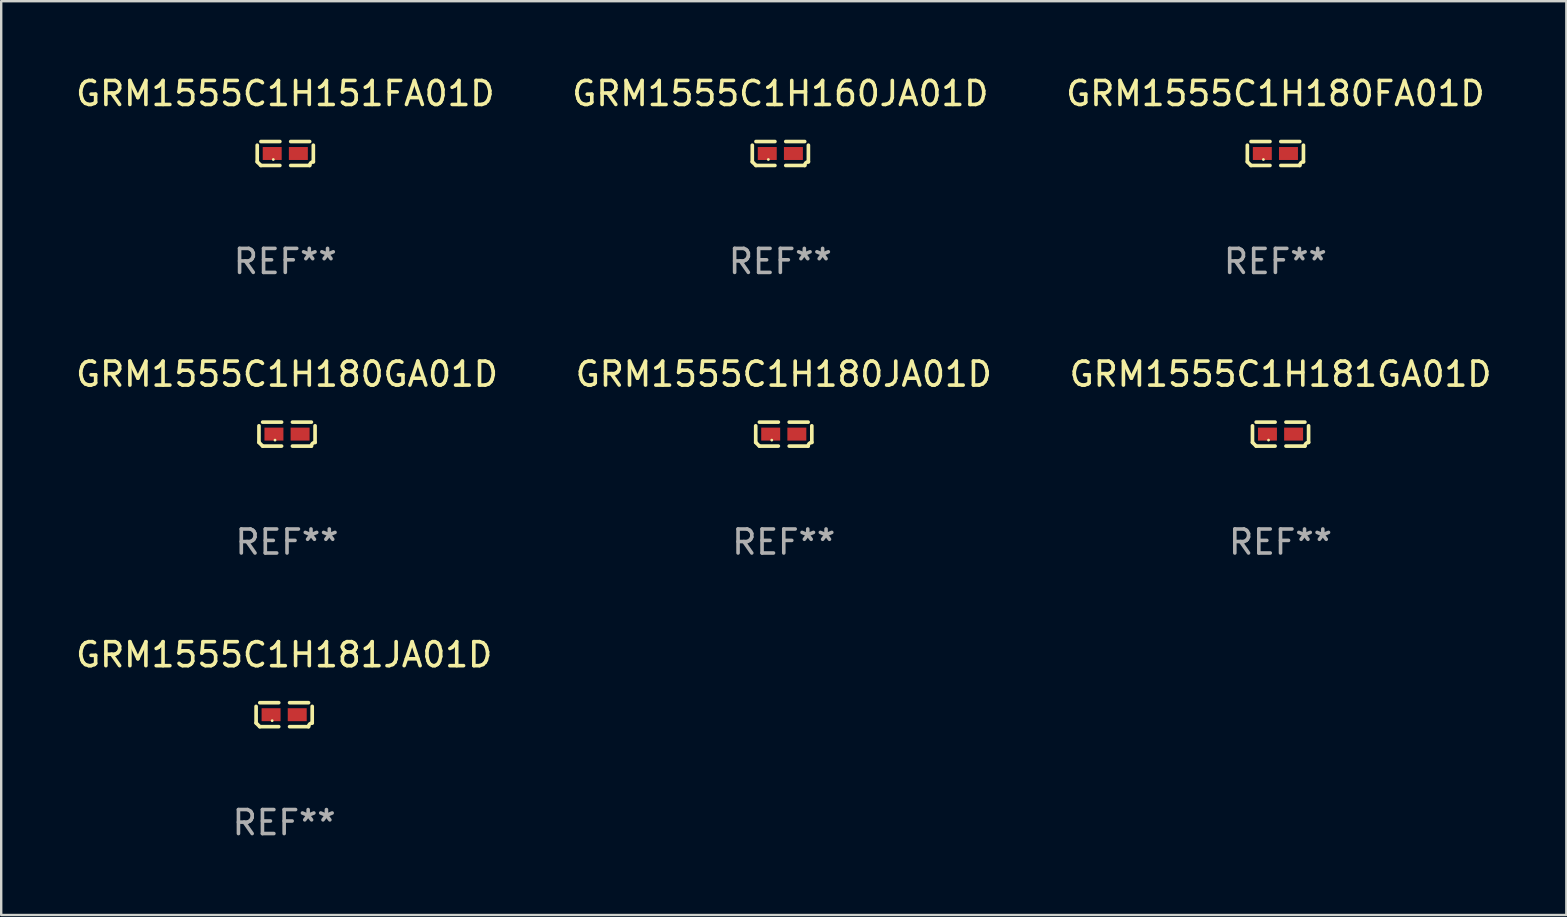
<source format=kicad_pcb>
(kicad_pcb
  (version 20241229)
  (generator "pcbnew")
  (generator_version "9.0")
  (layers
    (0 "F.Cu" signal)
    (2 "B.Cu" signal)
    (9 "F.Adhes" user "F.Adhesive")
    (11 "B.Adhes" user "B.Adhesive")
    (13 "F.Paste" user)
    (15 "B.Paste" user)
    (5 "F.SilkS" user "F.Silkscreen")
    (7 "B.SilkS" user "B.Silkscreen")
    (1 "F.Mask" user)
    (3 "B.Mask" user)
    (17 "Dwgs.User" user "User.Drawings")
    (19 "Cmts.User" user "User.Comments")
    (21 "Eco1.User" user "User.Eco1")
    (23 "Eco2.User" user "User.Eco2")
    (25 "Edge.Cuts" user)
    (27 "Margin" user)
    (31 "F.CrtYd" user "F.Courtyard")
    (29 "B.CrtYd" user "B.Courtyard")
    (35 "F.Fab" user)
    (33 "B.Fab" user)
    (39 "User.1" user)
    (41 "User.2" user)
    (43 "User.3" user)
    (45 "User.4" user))
  (footprint "GRM1555C1H181GA01D"
    (layer "F.Cu")
    (at 50.315 15.041)
    (property "Reference" "GRM1555C1H181GA01D" (at 0 -2.499 0) (layer "F.SilkS") (effects (font (size 1 1) (thickness 0.15))))
    (attr through_hole)
    (fp_line (start -1.169 0.346) (end -1.169 -0.346) (stroke (width 0.152) (type solid)) (layer "F.SilkS"))
    (fp_line (start -1.016 -0.499) (end -0.226 -0.499) (stroke (width 0.152) (type solid)) (layer "F.SilkS"))
    (fp_line (start -0.226 0.499) (end -1.016 0.499) (stroke (width 0.152) (type solid)) (layer "F.SilkS"))
    (fp_line (start 0.226 0.499) (end 1.016 0.499) (stroke (width 0.152) (type solid)) (layer "F.SilkS"))
    (fp_line (start 1.016 -0.499) (end 0.226 -0.499) (stroke (width 0.152) (type solid)) (layer "F.SilkS"))
    (fp_line (start 1.169 0.346) (end 1.169 -0.346) (stroke (width 0.152) (type solid)) (layer "F.SilkS"))
    (fp_arc (start -1.016307 0.498603) (mid -1.092512 0.422405) (end -1.16871 0.3462) (stroke (width 0.1524) (type solid)) (layer "F.SilkS"))
    (fp_arc (start 1.016307 0.498603) (mid 1.060899 0.390758) (end 1.168707 0.346076) (stroke (width 0.1524) (type solid)) (layer "F.SilkS"))
    (fp_circle (center -0.5 0.25) (end -0.47 0.25) (stroke (width 0.06) (type solid)) (fill no) (layer "F.SilkS"))
    (fp_text user "REF**" (at 0 4.499 0) (layer "F.Fab") (effects (font (size 1 1) (thickness 0.15))))
    (pad "1" smd rect (at -0.545 0) (size 0.79 0.54) (layers "F.Cu" "F.Mask" "F.Paste"))
    (pad "2" smd rect (at 0.545 0) (size 0.79 0.54) (layers "F.Cu" "F.Mask" "F.Paste")))
  (footprint "GRM1555C1H160JA01D"
    (layer "F.Cu")
    (at 29.47 3.347)
    (property "Reference" "GRM1555C1H160JA01D" (at 0 -2.499 0) (layer "F.SilkS") (effects (font (size 1 1) (thickness 0.15))))
    (attr through_hole)
    (fp_line (start -1.169 0.346) (end -1.169 -0.346) (stroke (width 0.152) (type solid)) (layer "F.SilkS"))
    (fp_line (start -1.016 -0.499) (end -0.226 -0.499) (stroke (width 0.152) (type solid)) (layer "F.SilkS"))
    (fp_line (start -0.226 0.499) (end -1.016 0.499) (stroke (width 0.152) (type solid)) (layer "F.SilkS"))
    (fp_line (start 0.226 0.499) (end 1.016 0.499) (stroke (width 0.152) (type solid)) (layer "F.SilkS"))
    (fp_line (start 1.016 -0.499) (end 0.226 -0.499) (stroke (width 0.152) (type solid)) (layer "F.SilkS"))
    (fp_line (start 1.169 0.346) (end 1.169 -0.346) (stroke (width 0.152) (type solid)) (layer "F.SilkS"))
    (fp_arc (start -1.016307 0.498603) (mid -1.092512 0.422405) (end -1.16871 0.3462) (stroke (width 0.1524) (type solid)) (layer "F.SilkS"))
    (fp_arc (start 1.016307 0.498603) (mid 1.060899 0.390758) (end 1.168707 0.346076) (stroke (width 0.1524) (type solid)) (layer "F.SilkS"))
    (fp_circle (center -0.5 0.25) (end -0.47 0.25) (stroke (width 0.06) (type solid)) (fill no) (layer "F.SilkS"))
    (fp_text user "REF**" (at 0 4.499 0) (layer "F.Fab") (effects (font (size 1 1) (thickness 0.15))))
    (pad "1" smd rect (at -0.545 0) (size 0.79 0.54) (layers "F.Cu" "F.Mask" "F.Paste"))
    (pad "2" smd rect (at 0.545 0) (size 0.79 0.54) (layers "F.Cu" "F.Mask" "F.Paste")))
  (footprint "GRM1555C1H180FA01D"
    (layer "F.Cu")
    (at 50.101 3.347)
    (property "Reference" "GRM1555C1H180FA01D" (at 0 -2.499 0) (layer "F.SilkS") (effects (font (size 1 1) (thickness 0.15))))
    (attr through_hole)
    (fp_line (start -1.169 0.346) (end -1.169 -0.346) (stroke (width 0.152) (type solid)) (layer "F.SilkS"))
    (fp_line (start -1.016 -0.499) (end -0.226 -0.499) (stroke (width 0.152) (type solid)) (layer "F.SilkS"))
    (fp_line (start -0.226 0.499) (end -1.016 0.499) (stroke (width 0.152) (type solid)) (layer "F.SilkS"))
    (fp_line (start 0.226 0.499) (end 1.016 0.499) (stroke (width 0.152) (type solid)) (layer "F.SilkS"))
    (fp_line (start 1.016 -0.499) (end 0.226 -0.499) (stroke (width 0.152) (type solid)) (layer "F.SilkS"))
    (fp_line (start 1.169 0.346) (end 1.169 -0.346) (stroke (width 0.152) (type solid)) (layer "F.SilkS"))
    (fp_arc (start -1.016307 0.498603) (mid -1.092512 0.422405) (end -1.16871 0.3462) (stroke (width 0.1524) (type solid)) (layer "F.SilkS"))
    (fp_arc (start 1.016307 0.498603) (mid 1.060899 0.390758) (end 1.168707 0.346076) (stroke (width 0.1524) (type solid)) (layer "F.SilkS"))
    (fp_circle (center -0.5 0.25) (end -0.47 0.25) (stroke (width 0.06) (type solid)) (fill no) (layer "F.SilkS"))
    (fp_text user "REF**" (at 0 4.499 0) (layer "F.Fab") (effects (font (size 1 1) (thickness 0.15))))
    (pad "1" smd rect (at -0.545 0) (size 0.79 0.54) (layers "F.Cu" "F.Mask" "F.Paste"))
    (pad "2" smd rect (at 0.545 0) (size 0.79 0.54) (layers "F.Cu" "F.Mask" "F.Paste")))
  (footprint "GRM1555C1H180JA01D"
    (layer "F.Cu")
    (at 29.613 15.041)
    (property "Reference" "GRM1555C1H180JA01D" (at 0 -2.499 0) (layer "F.SilkS") (effects (font (size 1 1) (thickness 0.15))))
    (attr through_hole)
    (fp_line (start -1.169 0.346) (end -1.169 -0.346) (stroke (width 0.152) (type solid)) (layer "F.SilkS"))
    (fp_line (start -1.016 -0.499) (end -0.226 -0.499) (stroke (width 0.152) (type solid)) (layer "F.SilkS"))
    (fp_line (start -0.226 0.499) (end -1.016 0.499) (stroke (width 0.152) (type solid)) (layer "F.SilkS"))
    (fp_line (start 0.226 0.499) (end 1.016 0.499) (stroke (width 0.152) (type solid)) (layer "F.SilkS"))
    (fp_line (start 1.016 -0.499) (end 0.226 -0.499) (stroke (width 0.152) (type solid)) (layer "F.SilkS"))
    (fp_line (start 1.169 0.346) (end 1.169 -0.346) (stroke (width 0.152) (type solid)) (layer "F.SilkS"))
    (fp_arc (start -1.016307 0.498603) (mid -1.092512 0.422405) (end -1.16871 0.3462) (stroke (width 0.1524) (type solid)) (layer "F.SilkS"))
    (fp_arc (start 1.016307 0.498603) (mid 1.060899 0.390758) (end 1.168707 0.346076) (stroke (width 0.1524) (type solid)) (layer "F.SilkS"))
    (fp_circle (center -0.5 0.25) (end -0.47 0.25) (stroke (width 0.06) (type solid)) (fill no) (layer "F.SilkS"))
    (fp_text user "REF**" (at 0 4.499 0) (layer "F.Fab") (effects (font (size 1 1) (thickness 0.15))))
    (pad "1" smd rect (at -0.545 0) (size 0.79 0.54) (layers "F.Cu" "F.Mask" "F.Paste"))
    (pad "2" smd rect (at 0.545 0) (size 0.79 0.54) (layers "F.Cu" "F.Mask" "F.Paste")))
  (footprint "GRM1555C1H151FA01D"
    (layer "F.Cu")
    (at 8.839 3.347)
    (property "Reference" "GRM1555C1H151FA01D" (at 0 -2.499 0) (layer "F.SilkS") (effects (font (size 1 1) (thickness 0.15))))
    (attr through_hole)
    (fp_line (start -1.169 0.346) (end -1.169 -0.346) (stroke (width 0.152) (type solid)) (layer "F.SilkS"))
    (fp_line (start -1.016 -0.499) (end -0.226 -0.499) (stroke (width 0.152) (type solid)) (layer "F.SilkS"))
    (fp_line (start -0.226 0.499) (end -1.016 0.499) (stroke (width 0.152) (type solid)) (layer "F.SilkS"))
    (fp_line (start 0.226 0.499) (end 1.016 0.499) (stroke (width 0.152) (type solid)) (layer "F.SilkS"))
    (fp_line (start 1.016 -0.499) (end 0.226 -0.499) (stroke (width 0.152) (type solid)) (layer "F.SilkS"))
    (fp_line (start 1.169 0.346) (end 1.169 -0.346) (stroke (width 0.152) (type solid)) (layer "F.SilkS"))
    (fp_arc (start -1.016307 0.498603) (mid -1.092512 0.422405) (end -1.16871 0.3462) (stroke (width 0.1524) (type solid)) (layer "F.SilkS"))
    (fp_arc (start 1.016307 0.498603) (mid 1.060899 0.390758) (end 1.168707 0.346076) (stroke (width 0.1524) (type solid)) (layer "F.SilkS"))
    (fp_circle (center -0.5 0.25) (end -0.47 0.25) (stroke (width 0.06) (type solid)) (fill no) (layer "F.SilkS"))
    (fp_text user "REF**" (at 0 4.499 0) (layer "F.Fab") (effects (font (size 1 1) (thickness 0.15))))
    (pad "1" smd rect (at -0.545 0) (size 0.79 0.54) (layers "F.Cu" "F.Mask" "F.Paste"))
    (pad "2" smd rect (at 0.545 0) (size 0.79 0.54) (layers "F.Cu" "F.Mask" "F.Paste")))
  (footprint "GRM1555C1H181JA01D"
    (layer "F.Cu")
    (at 8.792 26.734)
    (property "Reference" "GRM1555C1H181JA01D" (at 0 -2.499 0) (layer "F.SilkS") (effects (font (size 1 1) (thickness 0.15))))
    (attr through_hole)
    (fp_line (start -1.169 0.346) (end -1.169 -0.346) (stroke (width 0.152) (type solid)) (layer "F.SilkS"))
    (fp_line (start -1.016 -0.499) (end -0.226 -0.499) (stroke (width 0.152) (type solid)) (layer "F.SilkS"))
    (fp_line (start -0.226 0.499) (end -1.016 0.499) (stroke (width 0.152) (type solid)) (layer "F.SilkS"))
    (fp_line (start 0.226 0.499) (end 1.016 0.499) (stroke (width 0.152) (type solid)) (layer "F.SilkS"))
    (fp_line (start 1.016 -0.499) (end 0.226 -0.499) (stroke (width 0.152) (type solid)) (layer "F.SilkS"))
    (fp_line (start 1.169 0.346) (end 1.169 -0.346) (stroke (width 0.152) (type solid)) (layer "F.SilkS"))
    (fp_arc (start -1.016307 0.498603) (mid -1.092512 0.422405) (end -1.16871 0.3462) (stroke (width 0.1524) (type solid)) (layer "F.SilkS"))
    (fp_arc (start 1.016307 0.498603) (mid 1.060899 0.390758) (end 1.168707 0.346076) (stroke (width 0.1524) (type solid)) (layer "F.SilkS"))
    (fp_circle (center -0.5 0.25) (end -0.47 0.25) (stroke (width 0.06) (type solid)) (fill no) (layer "F.SilkS"))
    (fp_text user "REF**" (at 0 4.499 0) (layer "F.Fab") (effects (font (size 1 1) (thickness 0.15))))
    (pad "1" smd rect (at -0.545 0) (size 0.79 0.54) (layers "F.Cu" "F.Mask" "F.Paste"))
    (pad "2" smd rect (at 0.545 0) (size 0.79 0.54) (layers "F.Cu" "F.Mask" "F.Paste")))
  (footprint "GRM1555C1H180GA01D"
    (layer "F.Cu")
    (at 8.911 15.041)
    (property "Reference" "GRM1555C1H180GA01D" (at 0 -2.499 0) (layer "F.SilkS") (effects (font (size 1 1) (thickness 0.15))))
    (attr through_hole)
    (fp_line (start -1.169 0.346) (end -1.169 -0.346) (stroke (width 0.152) (type solid)) (layer "F.SilkS"))
    (fp_line (start -1.016 -0.499) (end -0.226 -0.499) (stroke (width 0.152) (type solid)) (layer "F.SilkS"))
    (fp_line (start -0.226 0.499) (end -1.016 0.499) (stroke (width 0.152) (type solid)) (layer "F.SilkS"))
    (fp_line (start 0.226 0.499) (end 1.016 0.499) (stroke (width 0.152) (type solid)) (layer "F.SilkS"))
    (fp_line (start 1.016 -0.499) (end 0.226 -0.499) (stroke (width 0.152) (type solid)) (layer "F.SilkS"))
    (fp_line (start 1.169 0.346) (end 1.169 -0.346) (stroke (width 0.152) (type solid)) (layer "F.SilkS"))
    (fp_arc (start -1.016307 0.498603) (mid -1.092512 0.422405) (end -1.16871 0.3462) (stroke (width 0.1524) (type solid)) (layer "F.SilkS"))
    (fp_arc (start 1.016307 0.498603) (mid 1.060899 0.390758) (end 1.168707 0.346076) (stroke (width 0.1524) (type solid)) (layer "F.SilkS"))
    (fp_circle (center -0.5 0.25) (end -0.47 0.25) (stroke (width 0.06) (type solid)) (fill no) (layer "F.SilkS"))
    (fp_text user "REF**" (at 0 4.499 0) (layer "F.Fab") (effects (font (size 1 1) (thickness 0.15))))
    (pad "1" smd rect (at -0.545 0) (size 0.79 0.54) (layers "F.Cu" "F.Mask" "F.Paste"))
    (pad "2" smd rect (at 0.545 0) (size 0.79 0.54) (layers "F.Cu" "F.Mask" "F.Paste")))
  (gr_rect
    (start -3 -3)
    (end 62.226 35.081)
    (stroke (width 0.1) (type default))
    (fill no)
    (layer "Edge.Cuts")))
</source>
